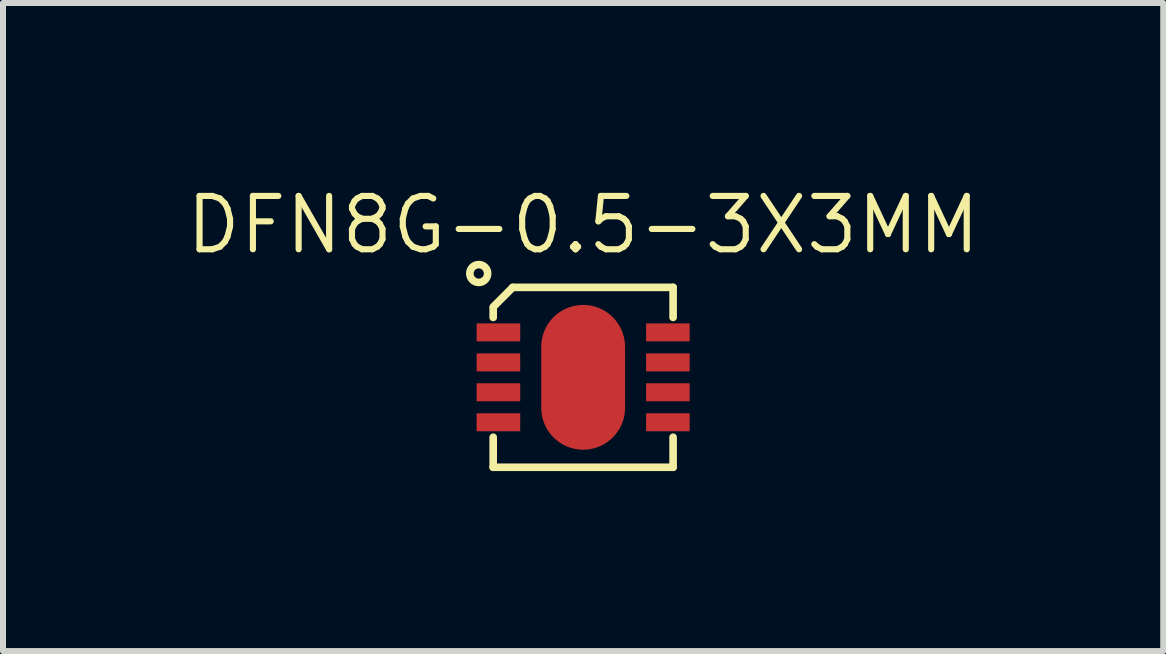
<source format=kicad_pcb>
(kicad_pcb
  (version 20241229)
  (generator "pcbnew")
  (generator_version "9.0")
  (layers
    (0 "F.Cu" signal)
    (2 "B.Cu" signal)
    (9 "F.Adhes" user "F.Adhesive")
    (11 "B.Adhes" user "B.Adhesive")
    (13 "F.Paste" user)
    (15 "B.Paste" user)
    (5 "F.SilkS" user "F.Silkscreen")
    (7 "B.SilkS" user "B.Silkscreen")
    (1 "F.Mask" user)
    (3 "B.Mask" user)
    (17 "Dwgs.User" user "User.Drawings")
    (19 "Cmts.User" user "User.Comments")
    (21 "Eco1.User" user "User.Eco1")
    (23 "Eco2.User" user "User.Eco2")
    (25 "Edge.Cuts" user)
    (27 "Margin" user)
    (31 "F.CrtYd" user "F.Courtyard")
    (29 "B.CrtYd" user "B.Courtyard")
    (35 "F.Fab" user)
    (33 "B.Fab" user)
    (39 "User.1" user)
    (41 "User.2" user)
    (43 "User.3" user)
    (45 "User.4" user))
  (footprint "DFN8G-0.5-3X3MM"
    (layer "F.Cu")
    (at 6.668 3.238)
    (property "Reference" "DFN8G-0.5-3X3MM" (at 0 -2.54 0) (layer "F.SilkS") (effects (font (size 0.889 0.889) (thickness 0.102))))
    (attr smd)
    (fp_line (start -1.499 -1.173) (end -1.173 -1.499) (stroke (width 0.127) (type solid)) (layer "F.SilkS"))
    (fp_line (start -1.499 -0.998) (end -1.499 -1.148) (stroke (width 0.127) (type solid)) (layer "F.SilkS"))
    (fp_line (start -1.499 1.499) (end -1.499 0.998) (stroke (width 0.127) (type solid)) (layer "F.SilkS"))
    (fp_line (start -1.499 1.499) (end 1.499 1.499) (stroke (width 0.066) (type solid)) (layer "F.SilkS"))
    (fp_line (start -1.173 -1.499) (end 1.499 -1.499) (stroke (width 0.127) (type solid)) (layer "F.SilkS"))
    (fp_line (start 1.499 -1.499) (end 1.499 -0.998) (stroke (width 0.127) (type solid)) (layer "F.SilkS"))
    (fp_line (start 1.499 1.499) (end -1.499 1.499) (stroke (width 0.127) (type solid)) (layer "F.SilkS"))
    (fp_line (start 1.499 1.499) (end 1.499 0.998) (stroke (width 0.127) (type solid)) (layer "F.SilkS"))
    (fp_circle (center -1.74 -1.73) (end -1.79 -1.59) (stroke (width 0.127) (type solid)) (fill no) (layer "F.SilkS"))
    (pad "1" smd rect (at -1.412 -0.749 90) (size 0.3 0.726) (layers "F.Cu" "F.Mask" "F.Paste"))
    (pad "2" smd rect (at -1.412 -0.249 90) (size 0.3 0.726) (layers "F.Cu" "F.Mask" "F.Paste"))
    (pad "3" smd rect (at -1.412 0.249 90) (size 0.3 0.726) (layers "F.Cu" "F.Mask" "F.Paste"))
    (pad "4" smd rect (at -1.412 0.749 90) (size 0.3 0.726) (layers "F.Cu" "F.Mask" "F.Paste"))
    (pad "5" smd rect (at 1.412 0.749 270) (size 0.3 0.726) (layers "F.Cu" "F.Mask" "F.Paste"))
    (pad "6" smd rect (at 1.412 0.249 270) (size 0.3 0.726) (layers "F.Cu" "F.Mask" "F.Paste"))
    (pad "7" smd rect (at 1.412 -0.249 270) (size 0.3 0.726) (layers "F.Cu" "F.Mask" "F.Paste"))
    (pad "8" smd rect (at 1.412 -0.749 270) (size 0.3 0.726) (layers "F.Cu" "F.Mask" "F.Paste"))
    (pad "HEAT" smd oval (at 0 0 270) (size 2.413 1.397) (layers "F.Cu" "F.Mask" "F.Paste")))
  (gr_rect
    (start -3 -3)
    (end 16.335 7.8)
    (stroke (width 0.1) (type default))
    (fill no)
    (layer "Edge.Cuts")))
</source>
